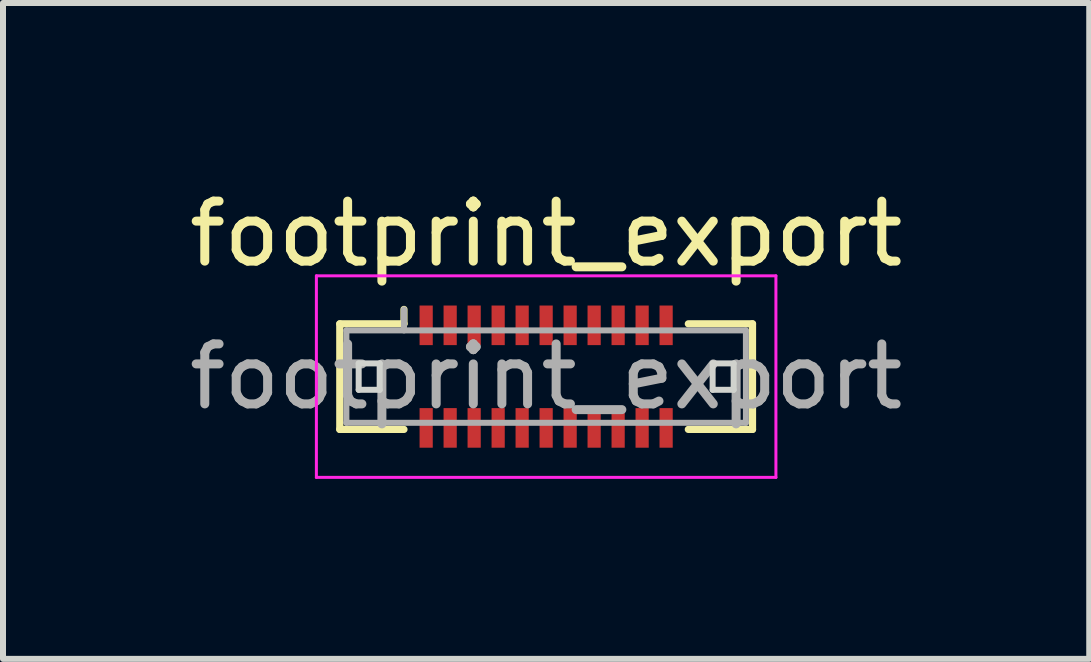
<source format=kicad_pcb>
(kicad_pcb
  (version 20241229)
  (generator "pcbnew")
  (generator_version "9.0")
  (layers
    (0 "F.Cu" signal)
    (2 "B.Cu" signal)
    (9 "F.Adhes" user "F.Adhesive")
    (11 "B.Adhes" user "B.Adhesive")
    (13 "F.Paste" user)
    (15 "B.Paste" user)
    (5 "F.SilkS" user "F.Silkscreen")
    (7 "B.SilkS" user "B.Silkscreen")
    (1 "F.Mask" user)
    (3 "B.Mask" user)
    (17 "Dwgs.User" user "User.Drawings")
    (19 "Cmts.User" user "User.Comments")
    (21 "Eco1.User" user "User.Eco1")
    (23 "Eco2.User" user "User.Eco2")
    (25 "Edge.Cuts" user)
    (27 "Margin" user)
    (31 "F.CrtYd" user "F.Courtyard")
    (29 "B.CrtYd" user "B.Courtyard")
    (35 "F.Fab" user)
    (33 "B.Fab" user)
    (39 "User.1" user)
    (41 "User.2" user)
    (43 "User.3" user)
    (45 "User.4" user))
  (footprint "footprint_export"
    (layer "F.Cu")
    (at 6.054 3.228)
    (property "Reference" "footprint_export" (at 0 -2.38 0) (layer "F.SilkS") (effects (font (size 1 1) (thickness 0.15))))
    (attr smd)
    (fp_line (start -3.44 -0.88) (end -2.37 -0.88) (stroke (width 0.12) (type solid)) (layer "F.SilkS"))
    (fp_line (start -3.44 0.88) (end -3.44 -0.88) (stroke (width 0.12) (type solid)) (layer "F.SilkS"))
    (fp_line (start -2.37 -0.88) (end -2.37 -1.12) (stroke (width 0.12) (type solid)) (layer "F.SilkS"))
    (fp_line (start -2.37 0.88) (end -3.44 0.88) (stroke (width 0.12) (type solid)) (layer "F.SilkS"))
    (fp_line (start 2.37 0.88) (end 3.44 0.88) (stroke (width 0.12) (type solid)) (layer "F.SilkS"))
    (fp_line (start 3.44 -0.88) (end 2.37 -0.88) (stroke (width 0.12) (type solid)) (layer "F.SilkS"))
    (fp_line (start 3.44 0.88) (end 3.44 -0.88) (stroke (width 0.12) (type solid)) (layer "F.SilkS"))
    (fp_line (start -3.125 -0.22) (end -3.125 0.22) (stroke (width 0.1) (type solid)) (layer "Edge.Cuts"))
    (fp_line (start -3.125 0.22) (end -2.775 0.22) (stroke (width 0.1) (type solid)) (layer "Edge.Cuts"))
    (fp_line (start -2.775 -0.22) (end -3.125 -0.22) (stroke (width 0.1) (type solid)) (layer "Edge.Cuts"))
    (fp_line (start -2.775 0.22) (end -2.775 -0.22) (stroke (width 0.1) (type solid)) (layer "Edge.Cuts"))
    (fp_line (start 2.775 -0.22) (end 2.775 0.22) (stroke (width 0.1) (type solid)) (layer "Edge.Cuts"))
    (fp_line (start 2.775 0.22) (end 3.125 0.22) (stroke (width 0.1) (type solid)) (layer "Edge.Cuts"))
    (fp_line (start 3.125 -0.22) (end 2.775 -0.22) (stroke (width 0.1) (type solid)) (layer "Edge.Cuts"))
    (fp_line (start 3.125 0.22) (end 3.125 -0.22) (stroke (width 0.1) (type solid)) (layer "Edge.Cuts"))
    (fp_line (start -3.83 -1.68) (end -3.83 1.68) (stroke (width 0.05) (type solid)) (layer "F.CrtYd"))
    (fp_line (start -3.83 1.68) (end 3.83 1.68) (stroke (width 0.05) (type solid)) (layer "F.CrtYd"))
    (fp_line (start 3.83 -1.68) (end -3.83 -1.68) (stroke (width 0.05) (type solid)) (layer "F.CrtYd"))
    (fp_line (start 3.83 1.68) (end 3.83 -1.68) (stroke (width 0.05) (type solid)) (layer "F.CrtYd"))
    (fp_line (start -3.33 -0.77) (end -3.33 0.77) (stroke (width 0.1) (type solid)) (layer "F.Fab"))
    (fp_line (start -3.33 0.77) (end 3.33 0.77) (stroke (width 0.1) (type solid)) (layer "F.Fab"))
    (fp_line (start -2.37 -0.77) (end -2.37 -1.12) (stroke (width 0.1) (type solid)) (layer "F.Fab"))
    (fp_line (start 3.33 -0.77) (end -3.33 -0.77) (stroke (width 0.1) (type solid)) (layer "F.Fab"))
    (fp_line (start 3.33 0.77) (end 3.33 -0.77) (stroke (width 0.1) (type solid)) (layer "F.Fab"))
    (fp_text user "${REFERENCE}" (at 0 0 0) (layer "F.Fab") (effects (font (size 1 1) (thickness 0.15))))
    (pad "1" smd rect (at -2 -0.855) (size 0.22 0.66) (layers "F.Cu" "F.Mask" "F.Paste"))
    (pad "2" smd rect (at -2 0.855) (size 0.22 0.66) (layers "F.Cu" "F.Mask" "F.Paste"))
    (pad "3" smd rect (at -1.6 -0.855) (size 0.22 0.66) (layers "F.Cu" "F.Mask" "F.Paste"))
    (pad "4" smd rect (at -1.6 0.855) (size 0.22 0.66) (layers "F.Cu" "F.Mask" "F.Paste"))
    (pad "5" smd rect (at -1.2 -0.855) (size 0.22 0.66) (layers "F.Cu" "F.Mask" "F.Paste"))
    (pad "6" smd rect (at -1.2 0.855) (size 0.22 0.66) (layers "F.Cu" "F.Mask" "F.Paste"))
    (pad "7" smd rect (at -0.8 -0.855) (size 0.22 0.66) (layers "F.Cu" "F.Mask" "F.Paste"))
    (pad "8" smd rect (at -0.8 0.855) (size 0.22 0.66) (layers "F.Cu" "F.Mask" "F.Paste"))
    (pad "9" smd rect (at -0.4 -0.855) (size 0.22 0.66) (layers "F.Cu" "F.Mask" "F.Paste"))
    (pad "10" smd rect (at -0.4 0.855) (size 0.22 0.66) (layers "F.Cu" "F.Mask" "F.Paste"))
    (pad "11" smd rect (at 0 -0.855) (size 0.22 0.66) (layers "F.Cu" "F.Mask" "F.Paste"))
    (pad "12" smd rect (at 0 0.855) (size 0.22 0.66) (layers "F.Cu" "F.Mask" "F.Paste"))
    (pad "13" smd rect (at 0.4 -0.855) (size 0.22 0.66) (layers "F.Cu" "F.Mask" "F.Paste"))
    (pad "14" smd rect (at 0.4 0.855) (size 0.22 0.66) (layers "F.Cu" "F.Mask" "F.Paste"))
    (pad "15" smd rect (at 0.8 -0.855) (size 0.22 0.66) (layers "F.Cu" "F.Mask" "F.Paste"))
    (pad "16" smd rect (at 0.8 0.855) (size 0.22 0.66) (layers "F.Cu" "F.Mask" "F.Paste"))
    (pad "17" smd rect (at 1.2 -0.855) (size 0.22 0.66) (layers "F.Cu" "F.Mask" "F.Paste"))
    (pad "18" smd rect (at 1.2 0.855) (size 0.22 0.66) (layers "F.Cu" "F.Mask" "F.Paste"))
    (pad "19" smd rect (at 1.6 -0.855) (size 0.22 0.66) (layers "F.Cu" "F.Mask" "F.Paste"))
    (pad "20" smd rect (at 1.6 0.855) (size 0.22 0.66) (layers "F.Cu" "F.Mask" "F.Paste"))
    (pad "21" smd rect (at 2 -0.855) (size 0.22 0.66) (layers "F.Cu" "F.Mask" "F.Paste"))
    (pad "22" smd rect (at 2 0.855) (size 0.22 0.66) (layers "F.Cu" "F.Mask" "F.Paste")))
  (gr_rect
    (start -3 -3)
    (end 15.107 7.933)
    (stroke (width 0.1) (type default))
    (fill no)
    (layer "Edge.Cuts")))
</source>
